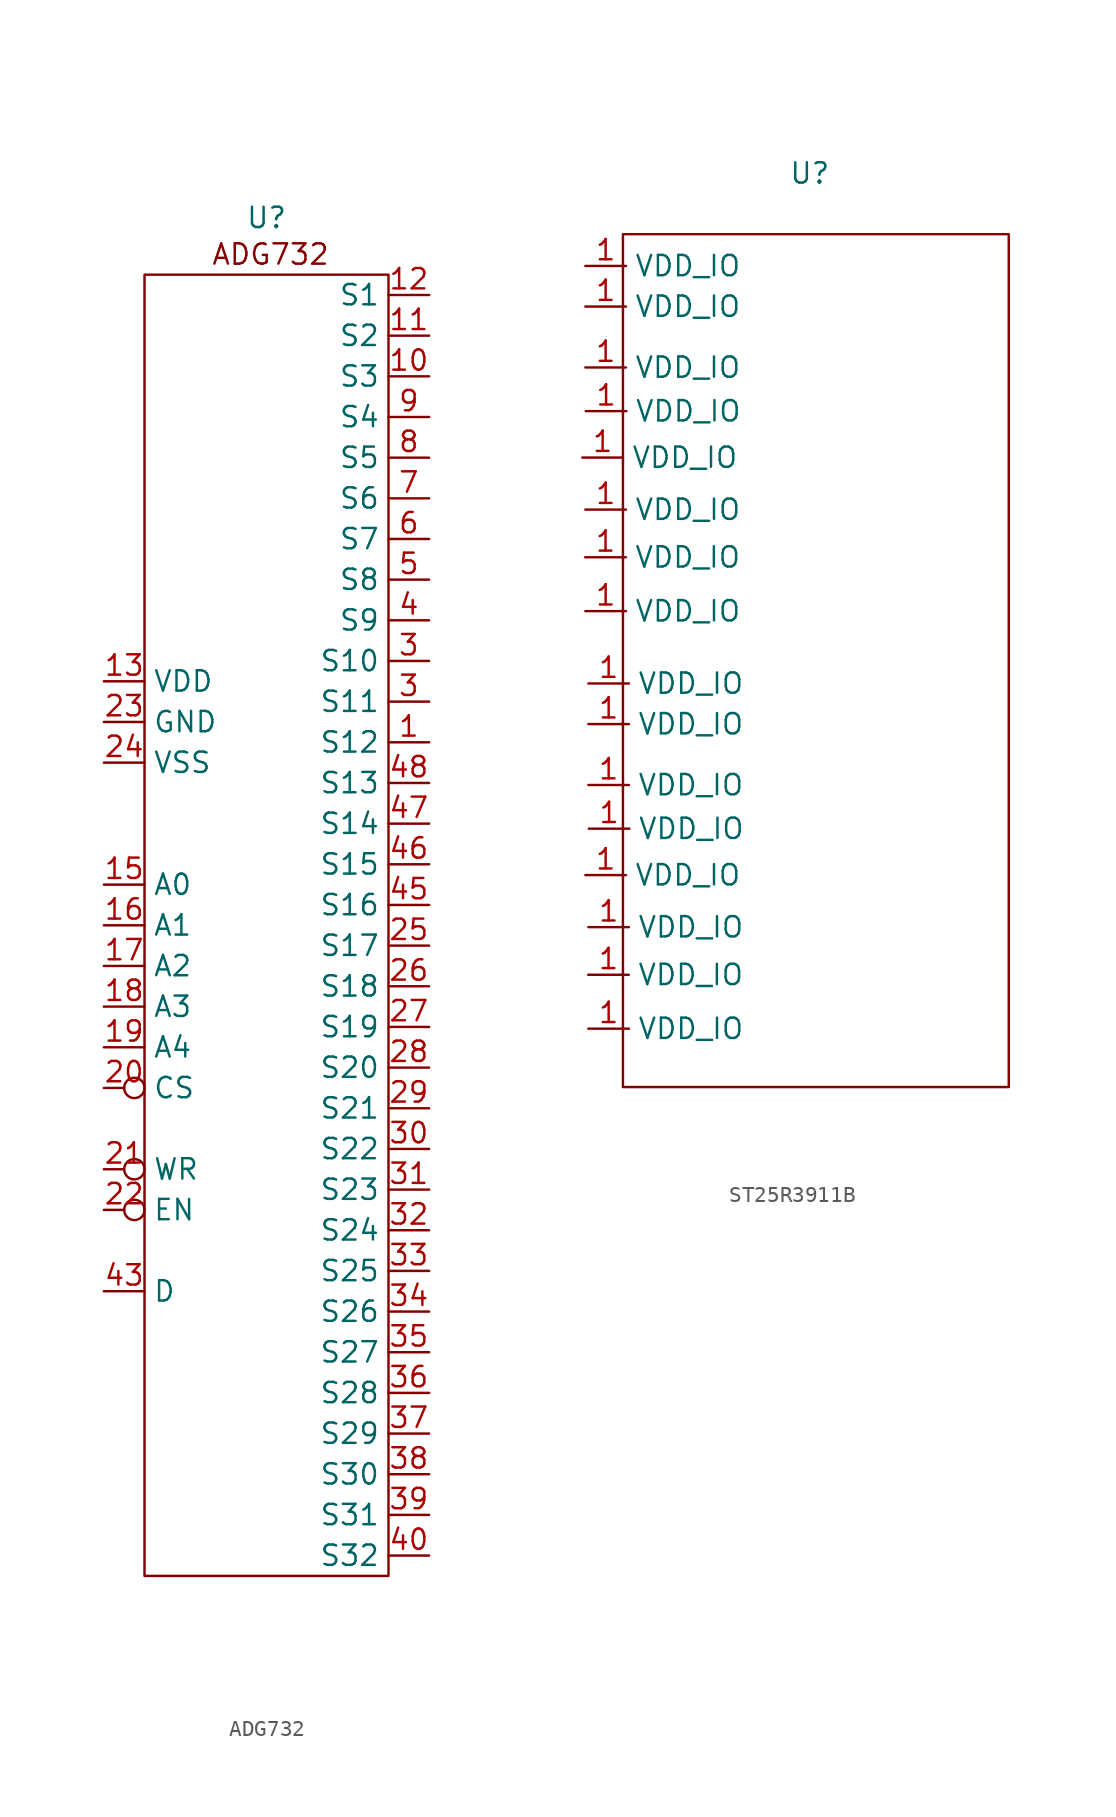
<source format=kicad_sym>
(kicad_symbol_lib
  (version 20231120)
  (generator "kicad_symbol_editor")
  (generator_version "8.0")
  (symbol "ADG732"
    (property "Reference" "U"
      (at 7.62 3.556 0)
      (effects (font (size 1.27 1.27))))
    (property "Value" ""
      (at 12.7 -40.64 0)
      (effects (font (size 1.27 1.27))))
    (symbol "ADG732_1_1"
      (rectangle (start 0 0) (end 15.24 -81.28) (stroke (width 0) (type default)) (fill (type none)))
      (text "ADG732" (at 7.874 1.27 0) (effects (font (size 1.27 1.27))))
      (pin tri_state line (at 17.78 -29.21 180) (length 2.54) (name "S12" (effects (font (size 1.27 1.27)))) (number "1" (effects (font (size 1.27 1.27)))))
      (pin tri_state line (at 17.78 -6.35 180) (length 2.54) (name "S3" (effects (font (size 1.27 1.27)))) (number "10" (effects (font (size 1.27 1.27)))))
      (pin tri_state line (at 17.78 -3.81 180) (length 2.54) (name "S2" (effects (font (size 1.27 1.27)))) (number "11" (effects (font (size 1.27 1.27)))))
      (pin tri_state line (at 17.78 -1.27 180) (length 2.54) (name "S1" (effects (font (size 1.27 1.27)))) (number "12" (effects (font (size 1.27 1.27)))))
      (pin power_in line (at -2.54 -25.4 0) (length 2.54) (name "VDD" (effects (font (size 1.27 1.27)))) (number "13" (effects (font (size 1.27 1.27)))))
      (pin tri_state line (at -2.54 -25.4 0) (length 2.54) hide (name "VDD" (effects (font (size 1.27 1.27)))) (number "14" (effects (font (size 1.27 1.27)))))
      (pin input line (at -2.54 -38.1 0) (length 2.54) (name "A0" (effects (font (size 1.27 1.27)))) (number "15" (effects (font (size 1.27 1.27)))))
      (pin input line (at -2.54 -40.64 0) (length 2.54) (name "A1" (effects (font (size 1.27 1.27)))) (number "16" (effects (font (size 1.27 1.27)))))
      (pin input line (at -2.54 -43.18 0) (length 2.54) (name "A2" (effects (font (size 1.27 1.27)))) (number "17" (effects (font (size 1.27 1.27)))))
      (pin input line (at -2.54 -45.72 0) (length 2.54) (name "A3" (effects (font (size 1.27 1.27)))) (number "18" (effects (font (size 1.27 1.27)))))
      (pin input line (at -2.54 -48.26 0) (length 2.54) (name "A4" (effects (font (size 1.27 1.27)))) (number "19" (effects (font (size 1.27 1.27)))))
      (pin input inverted (at -2.54 -50.8 0) (length 2.54) (name "CS" (effects (font (size 1.27 1.27)))) (number "20" (effects (font (size 1.27 1.27)))))
      (pin input inverted (at -2.54 -55.88 0) (length 2.54) (name "WR" (effects (font (size 1.27 1.27)))) (number "21" (effects (font (size 1.27 1.27)))))
      (pin input inverted (at -2.54 -58.42 0) (length 2.54) (name "EN" (effects (font (size 1.27 1.27)))) (number "22" (effects (font (size 1.27 1.27)))))
      (pin power_in line (at -2.54 -27.94 0) (length 2.54) (name "GND" (effects (font (size 1.27 1.27)))) (number "23" (effects (font (size 1.27 1.27)))))
      (pin power_in line (at -2.54 -30.48 0) (length 2.54) (name "VSS" (effects (font (size 1.27 1.27)))) (number "24" (effects (font (size 1.27 1.27)))))
      (pin tri_state line (at 17.78 -41.91 180) (length 2.54) (name "S17" (effects (font (size 1.27 1.27)))) (number "25" (effects (font (size 1.27 1.27)))))
      (pin tri_state line (at 17.78 -44.45 180) (length 2.54) (name "S18" (effects (font (size 1.27 1.27)))) (number "26" (effects (font (size 1.27 1.27)))))
      (pin tri_state line (at 17.78 -46.99 180) (length 2.54) (name "S19" (effects (font (size 1.27 1.27)))) (number "27" (effects (font (size 1.27 1.27)))))
      (pin tri_state line (at 17.78 -49.53 180) (length 2.54) (name "S20" (effects (font (size 1.27 1.27)))) (number "28" (effects (font (size 1.27 1.27)))))
      (pin tri_state line (at 17.78 -52.07 180) (length 2.54) (name "S21" (effects (font (size 1.27 1.27)))) (number "29" (effects (font (size 1.27 1.27)))))
      (pin tri_state line (at 17.78 -24.13 180) (length 2.54) (name "S10" (effects (font (size 1.27 1.27)))) (number "3" (effects (font (size 1.27 1.27)))))
      (pin tri_state line (at 17.78 -26.67 180) (length 2.54) (name "S11" (effects (font (size 1.27 1.27)))) (number "3" (effects (font (size 1.27 1.27)))))
      (pin tri_state line (at 17.78 -54.61 180) (length 2.54) (name "S22" (effects (font (size 1.27 1.27)))) (number "30" (effects (font (size 1.27 1.27)))))
      (pin tri_state line (at 17.78 -57.15 180) (length 2.54) (name "S23" (effects (font (size 1.27 1.27)))) (number "31" (effects (font (size 1.27 1.27)))))
      (pin tri_state line (at 17.78 -59.69 180) (length 2.54) (name "S24" (effects (font (size 1.27 1.27)))) (number "32" (effects (font (size 1.27 1.27)))))
      (pin tri_state line (at 17.78 -62.23 180) (length 2.54) (name "S25" (effects (font (size 1.27 1.27)))) (number "33" (effects (font (size 1.27 1.27)))))
      (pin tri_state line (at 17.78 -64.77 180) (length 2.54) (name "S26" (effects (font (size 1.27 1.27)))) (number "34" (effects (font (size 1.27 1.27)))))
      (pin tri_state line (at 17.78 -67.31 180) (length 2.54) (name "S27" (effects (font (size 1.27 1.27)))) (number "35" (effects (font (size 1.27 1.27)))))
      (pin tri_state line (at 17.78 -69.85 180) (length 2.54) (name "S28" (effects (font (size 1.27 1.27)))) (number "36" (effects (font (size 1.27 1.27)))))
      (pin tri_state line (at 17.78 -72.39 180) (length 2.54) (name "S29" (effects (font (size 1.27 1.27)))) (number "37" (effects (font (size 1.27 1.27)))))
      (pin tri_state line (at 17.78 -74.93 180) (length 2.54) (name "S30" (effects (font (size 1.27 1.27)))) (number "38" (effects (font (size 1.27 1.27)))))
      (pin tri_state line (at 17.78 -77.47 180) (length 2.54) (name "S31" (effects (font (size 1.27 1.27)))) (number "39" (effects (font (size 1.27 1.27)))))
      (pin tri_state line (at 17.78 -21.59 180) (length 2.54) (name "S9" (effects (font (size 1.27 1.27)))) (number "4" (effects (font (size 1.27 1.27)))))
      (pin tri_state line (at 17.78 -80.01 180) (length 2.54) (name "S32" (effects (font (size 1.27 1.27)))) (number "40" (effects (font (size 1.27 1.27)))))
      (pin no_connect non_logic (at 7.62 -40.64 90) (length 2.54) hide (name "NIC" (effects (font (size 1.27 1.27)))) (number "41" (effects (font (size 1.27 1.27)))))
      (pin no_connect non_logic (at 7.62 -40.64 90) (length 2.54) hide (name "NIC" (effects (font (size 1.27 1.27)))) (number "42" (effects (font (size 1.27 1.27)))))
      (pin bidirectional line (at -2.54 -63.5 0) (length 2.54) (name "D" (effects (font (size 1.27 1.27)))) (number "43" (effects (font (size 1.27 1.27)))))
      (pin no_connect non_logic (at 7.62 -40.64 90) (length 2.54) hide (name "NIC" (effects (font (size 1.27 1.27)))) (number "44" (effects (font (size 1.27 1.27)))))
      (pin tri_state line (at 17.78 -39.37 180) (length 2.54) (name "S16" (effects (font (size 1.27 1.27)))) (number "45" (effects (font (size 1.27 1.27)))))
      (pin tri_state line (at 17.78 -36.83 180) (length 2.54) (name "S15" (effects (font (size 1.27 1.27)))) (number "46" (effects (font (size 1.27 1.27)))))
      (pin tri_state line (at 17.78 -34.29 180) (length 2.54) (name "S14" (effects (font (size 1.27 1.27)))) (number "47" (effects (font (size 1.27 1.27)))))
      (pin tri_state line (at 17.78 -31.75 180) (length 2.54) (name "S13" (effects (font (size 1.27 1.27)))) (number "48" (effects (font (size 1.27 1.27)))))
      (pin tri_state line (at 17.78 -19.05 180) (length 2.54) (name "S8" (effects (font (size 1.27 1.27)))) (number "5" (effects (font (size 1.27 1.27)))))
      (pin tri_state line (at 17.78 -16.51 180) (length 2.54) (name "S7" (effects (font (size 1.27 1.27)))) (number "6" (effects (font (size 1.27 1.27)))))
      (pin tri_state line (at 17.78 -13.97 180) (length 2.54) (name "S6" (effects (font (size 1.27 1.27)))) (number "7" (effects (font (size 1.27 1.27)))))
      (pin tri_state line (at 17.78 -11.43 180) (length 2.54) (name "S5" (effects (font (size 1.27 1.27)))) (number "8" (effects (font (size 1.27 1.27)))))
      (pin tri_state line (at 17.78 -8.89 180) (length 2.54) (name "S4" (effects (font (size 1.27 1.27)))) (number "9" (effects (font (size 1.27 1.27)))))))
  (symbol "ST25R3911B"
    (property "Reference" "U"
      (at 11.684 3.81 0)
      (effects (font (size 1.27 1.27))))
    (property "Value" ""
      (at 0 0 0)
      (effects (font (size 1.27 1.27))))
    (symbol "ST25R3911B_0_1"
      (rectangle (start 0 0) (end 24.13 -53.34) (stroke (width 0) (type default)) (fill (type none))))
    (symbol "ST25R3911B_1_1"
      (pin power_in line (at -2.54 -13.97 0) (length 2.54) (name "VDD_IO" (effects (font (size 1.27 1.27)))) (number "1" (effects (font (size 1.27 1.27)))))
      (pin power_in line (at -2.361 -20.206 0) (length 2.54) (name "VDD_IO" (effects (font (size 1.27 1.27)))) (number "1" (effects (font (size 1.27 1.27)))))
      (pin power_in line (at -2.352 -40.085 0) (length 2.54) (name "VDD_IO" (effects (font (size 1.27 1.27)))) (number "1" (effects (font (size 1.27 1.27)))))
      (pin power_in line (at -2.352 -23.575 0) (length 2.54) (name "VDD_IO" (effects (font (size 1.27 1.27)))) (number "1" (effects (font (size 1.27 1.27)))))
      (pin power_in line (at -2.352 -17.225 0) (length 2.54) (name "VDD_IO" (effects (font (size 1.27 1.27)))) (number "1" (effects (font (size 1.27 1.27)))))
      (pin power_in line (at -2.352 -8.335 0) (length 2.54) (name "VDD_IO" (effects (font (size 1.27 1.27)))) (number "1" (effects (font (size 1.27 1.27)))))
      (pin power_in line (at -2.352 -4.525 0) (length 2.54) (name "VDD_IO" (effects (font (size 1.27 1.27)))) (number "1" (effects (font (size 1.27 1.27)))))
      (pin power_in line (at -2.352 -1.985 0) (length 2.54) (name "VDD_IO" (effects (font (size 1.27 1.27)))) (number "1" (effects (font (size 1.27 1.27)))))
      (pin power_in line (at -2.325 -11.067 0) (length 2.54) (name "VDD_IO" (effects (font (size 1.27 1.27)))) (number "1" (effects (font (size 1.27 1.27)))))
      (pin power_in line (at -2.173 -46.32 0) (length 2.54) (name "VDD_IO" (effects (font (size 1.27 1.27)))) (number "1" (effects (font (size 1.27 1.27)))))
      (pin power_in line (at -2.164 -49.69 0) (length 2.54) (name "VDD_IO" (effects (font (size 1.27 1.27)))) (number "1" (effects (font (size 1.27 1.27)))))
      (pin power_in line (at -2.164 -43.34 0) (length 2.54) (name "VDD_IO" (effects (font (size 1.27 1.27)))) (number "1" (effects (font (size 1.27 1.27)))))
      (pin power_in line (at -2.164 -34.45 0) (length 2.54) (name "VDD_IO" (effects (font (size 1.27 1.27)))) (number "1" (effects (font (size 1.27 1.27)))))
      (pin power_in line (at -2.164 -30.64 0) (length 2.54) (name "VDD_IO" (effects (font (size 1.27 1.27)))) (number "1" (effects (font (size 1.27 1.27)))))
      (pin power_in line (at -2.164 -28.1 0) (length 2.54) (name "VDD_IO" (effects (font (size 1.27 1.27)))) (number "1" (effects (font (size 1.27 1.27)))))
      (pin power_in line (at -2.137 -37.182 0) (length 2.54) (name "VDD_IO" (effects (font (size 1.27 1.27)))) (number "1" (effects (font (size 1.27 1.27))))))))
</source>
